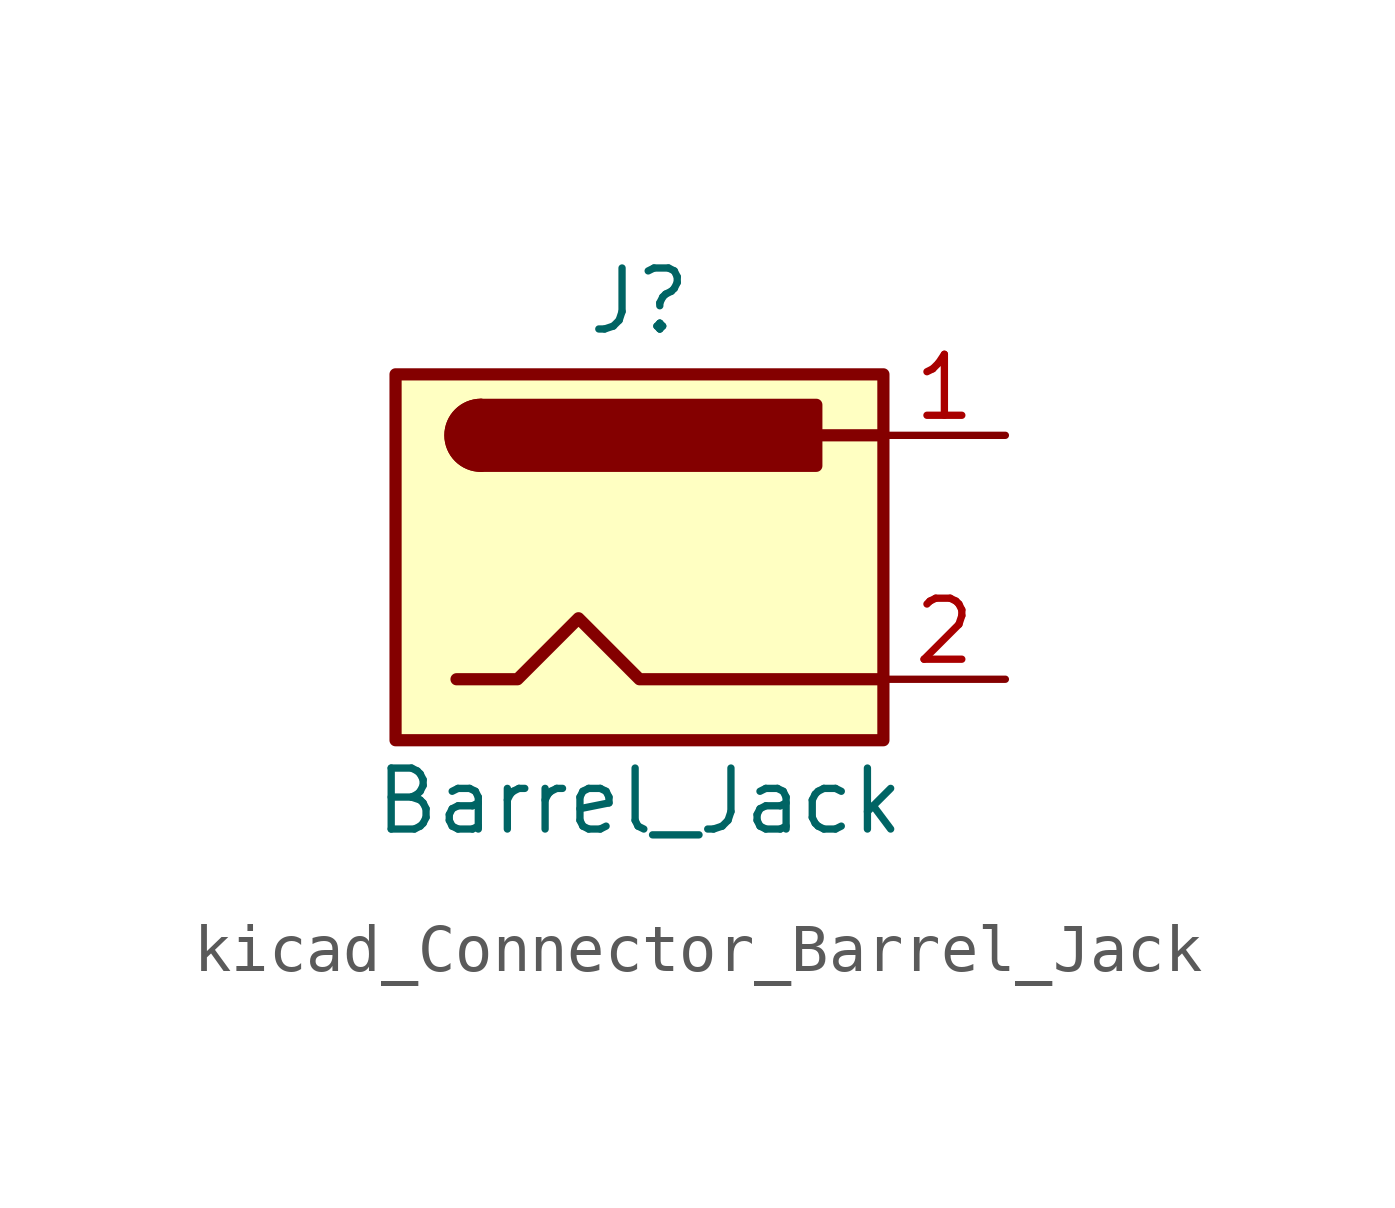
<source format=kicad_sym>
(kicad_symbol_lib
  (version 20220914)
  (generator kicad_symbol_editor)
  (symbol "kicad_Connector_Barrel_Jack"
    (pin_names
      (offset 1.016))
    (property "Reference" "J"
      (at 0 5.334 0)
      (effects (font (size 1.27 1.27))))
    (property "Value" "Barrel_Jack"
      (at 0 -5.08 0)
      (effects (font (size 1.27 1.27))))
    (symbol "kicad_Connector_Barrel_Jack_0_1"
      (rectangle (start -5.08 3.81) (end 5.08 -3.81) (stroke (width 0.254) (type default)) (fill (type background)))
      (arc (start -3.302 3.175) (mid -3.9343 2.54) (end -3.302 1.905) (stroke (width 0.254) (type default)) (fill (type none)))
      (arc (start -3.302 3.175) (mid -3.9343 2.54) (end -3.302 1.905) (stroke (width 0.254) (type default)) (fill (type outline)))
      (polyline (pts (xy 5.08 2.54) (xy 3.81 2.54)) (stroke (width 0.254) (type default)) (fill (type none)))
      (polyline (pts (xy -3.81 -2.54) (xy -2.54 -2.54) (xy -1.27 -1.27) (xy 0 -2.54) (xy 2.54 -2.54) (xy 5.08 -2.54)) (stroke (width 0.254) (type default)) (fill (type none)))
      (rectangle (start 3.683 3.175) (end -3.302 1.905) (stroke (width 0.254) (type default)) (fill (type outline))))
    (symbol "kicad_Connector_Barrel_Jack_1_1"
      (pin passive line (at 7.62 2.54 180) (length 2.54) (name "~" (effects (font (size 1.27 1.27)))) (number "1" (effects (font (size 1.27 1.27)))))
      (pin passive line (at 7.62 -2.54 180) (length 2.54) (name "~" (effects (font (size 1.27 1.27)))) (number "2" (effects (font (size 1.27 1.27))))))))
</source>
